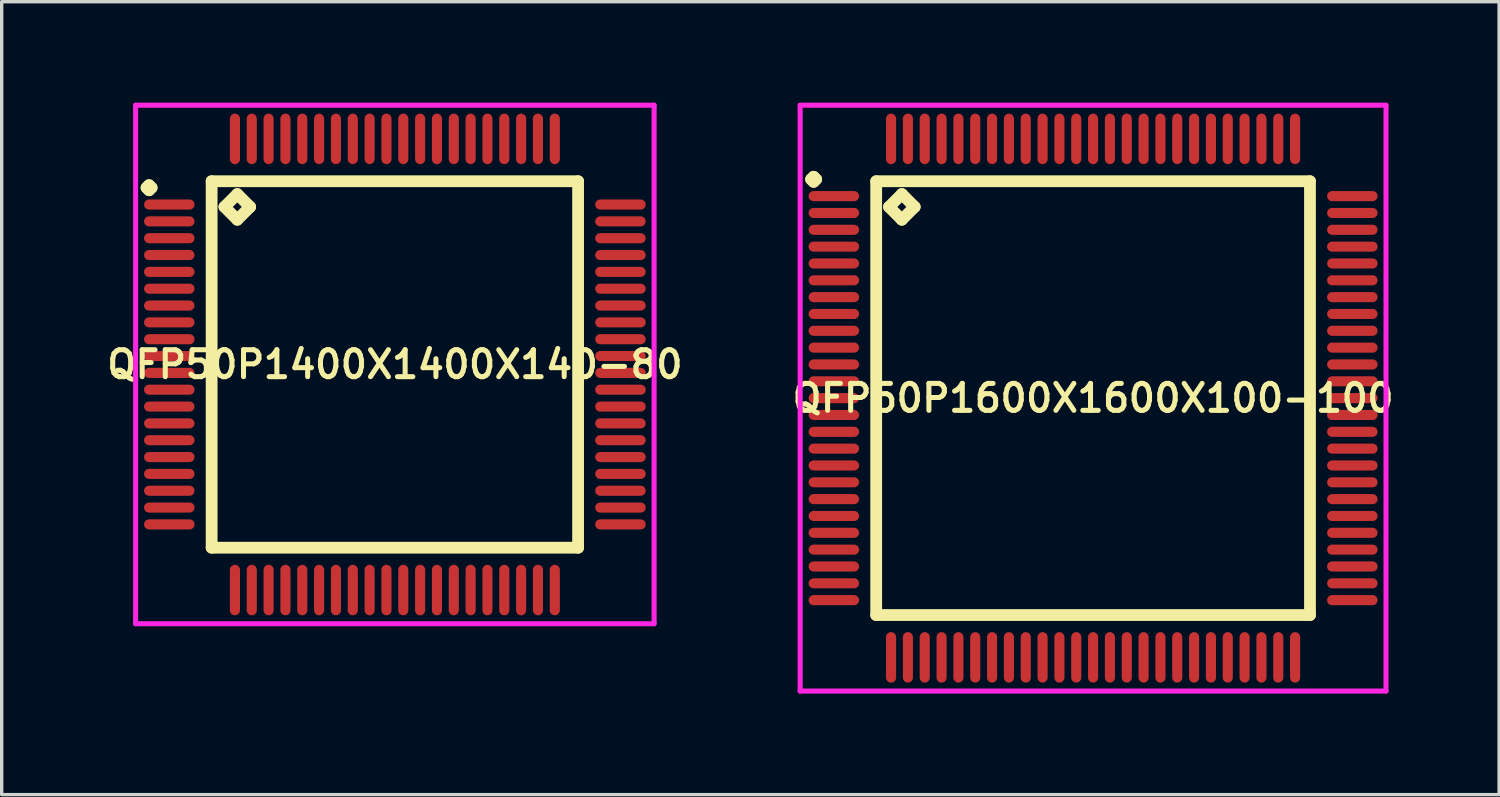
<source format=kicad_pcb>
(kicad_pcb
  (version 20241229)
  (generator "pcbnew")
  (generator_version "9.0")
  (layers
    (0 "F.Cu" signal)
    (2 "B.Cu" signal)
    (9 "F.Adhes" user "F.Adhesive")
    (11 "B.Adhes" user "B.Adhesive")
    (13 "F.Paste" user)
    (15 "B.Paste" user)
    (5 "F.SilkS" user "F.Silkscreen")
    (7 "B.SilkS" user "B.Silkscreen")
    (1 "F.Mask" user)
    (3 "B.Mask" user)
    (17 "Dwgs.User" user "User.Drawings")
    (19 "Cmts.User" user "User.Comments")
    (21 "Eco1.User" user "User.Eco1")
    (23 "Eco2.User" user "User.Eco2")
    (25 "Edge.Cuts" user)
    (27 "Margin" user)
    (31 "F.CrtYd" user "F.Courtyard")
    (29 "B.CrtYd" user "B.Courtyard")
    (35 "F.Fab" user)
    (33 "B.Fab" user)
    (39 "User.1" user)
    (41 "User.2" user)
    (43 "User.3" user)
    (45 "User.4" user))
  (footprint "QFP50P1600X1600X100-100"
    (layer "F.Cu")
    (at 29.416 8.775)
    (property "Reference" "QFP50P1600X1600X100-100" (at 0 0 0) (layer "F.SilkS") (effects (font (size 0.8 0.8) (thickness 0.15))))
    (attr smd)
    (fp_line (start -8.375 -6.5) (end -8.3 -6.575) (stroke (width 0.35) (type solid)) (layer "F.SilkS"))
    (fp_line (start -8.3 -6.575) (end -8.225 -6.5) (stroke (width 0.35) (type solid)) (layer "F.SilkS"))
    (fp_line (start -8.3 -6.425) (end -8.375 -6.5) (stroke (width 0.35) (type solid)) (layer "F.SilkS"))
    (fp_line (start -8.225 -6.5) (end -8.3 -6.425) (stroke (width 0.35) (type solid)) (layer "F.SilkS"))
    (fp_line (start -6.442 -6.442) (end -6.442 6.442) (stroke (width 0.35) (type solid)) (layer "F.SilkS"))
    (fp_line (start -6.442 6.442) (end 6.442 6.442) (stroke (width 0.35) (type solid)) (layer "F.SilkS"))
    (fp_line (start -6.061 -5.68) (end -5.68 -6.061) (stroke (width 0.35) (type solid)) (layer "F.SilkS"))
    (fp_line (start -5.68 -6.061) (end -5.299 -5.68) (stroke (width 0.35) (type solid)) (layer "F.SilkS"))
    (fp_line (start -5.68 -5.299) (end -6.061 -5.68) (stroke (width 0.35) (type solid)) (layer "F.SilkS"))
    (fp_line (start -5.299 -5.68) (end -5.68 -5.299) (stroke (width 0.35) (type solid)) (layer "F.SilkS"))
    (fp_line (start 6.442 -6.442) (end -6.442 -6.442) (stroke (width 0.35) (type solid)) (layer "F.SilkS"))
    (fp_line (start 6.442 6.442) (end 6.442 -6.442) (stroke (width 0.35) (type solid)) (layer "F.SilkS"))
    (fp_line (start -8.7 -8.7) (end 8.7 -8.7) (stroke (width 0.15) (type solid)) (layer "F.CrtYd"))
    (fp_line (start -8.7 8.7) (end -8.7 -8.7) (stroke (width 0.15) (type solid)) (layer "F.CrtYd"))
    (fp_line (start 8.7 -8.7) (end 8.7 8.7) (stroke (width 0.15) (type solid)) (layer "F.CrtYd"))
    (fp_line (start 8.7 8.7) (end -8.7 8.7) (stroke (width 0.15) (type solid)) (layer "F.CrtYd"))
    (pad "1" smd oval (at -7.7 -6) (size 1.5 0.3) (layers "F.Cu" "F.Mask" "F.Paste"))
    (pad "2" smd oval (at -7.7 -5.5) (size 1.5 0.3) (layers "F.Cu" "F.Mask" "F.Paste"))
    (pad "3" smd oval (at -7.7 -5) (size 1.5 0.3) (layers "F.Cu" "F.Mask" "F.Paste"))
    (pad "4" smd oval (at -7.7 -4.5) (size 1.5 0.3) (layers "F.Cu" "F.Mask" "F.Paste"))
    (pad "5" smd oval (at -7.7 -4) (size 1.5 0.3) (layers "F.Cu" "F.Mask" "F.Paste"))
    (pad "6" smd oval (at -7.7 -3.5) (size 1.5 0.3) (layers "F.Cu" "F.Mask" "F.Paste"))
    (pad "7" smd oval (at -7.7 -3) (size 1.5 0.3) (layers "F.Cu" "F.Mask" "F.Paste"))
    (pad "8" smd oval (at -7.7 -2.5) (size 1.5 0.3) (layers "F.Cu" "F.Mask" "F.Paste"))
    (pad "9" smd oval (at -7.7 -2) (size 1.5 0.3) (layers "F.Cu" "F.Mask" "F.Paste"))
    (pad "10" smd oval (at -7.7 -1.5) (size 1.5 0.3) (layers "F.Cu" "F.Mask" "F.Paste"))
    (pad "11" smd oval (at -7.7 -1) (size 1.5 0.3) (layers "F.Cu" "F.Mask" "F.Paste"))
    (pad "12" smd oval (at -7.7 -0.5) (size 1.5 0.3) (layers "F.Cu" "F.Mask" "F.Paste"))
    (pad "13" smd oval (at -7.7 0) (size 1.5 0.3) (layers "F.Cu" "F.Mask" "F.Paste"))
    (pad "14" smd oval (at -7.7 0.5) (size 1.5 0.3) (layers "F.Cu" "F.Mask" "F.Paste"))
    (pad "15" smd oval (at -7.7 1) (size 1.5 0.3) (layers "F.Cu" "F.Mask" "F.Paste"))
    (pad "16" smd oval (at -7.7 1.5) (size 1.5 0.3) (layers "F.Cu" "F.Mask" "F.Paste"))
    (pad "17" smd oval (at -7.7 2) (size 1.5 0.3) (layers "F.Cu" "F.Mask" "F.Paste"))
    (pad "18" smd oval (at -7.7 2.5) (size 1.5 0.3) (layers "F.Cu" "F.Mask" "F.Paste"))
    (pad "19" smd oval (at -7.7 3) (size 1.5 0.3) (layers "F.Cu" "F.Mask" "F.Paste"))
    (pad "20" smd oval (at -7.7 3.5) (size 1.5 0.3) (layers "F.Cu" "F.Mask" "F.Paste"))
    (pad "21" smd oval (at -7.7 4) (size 1.5 0.3) (layers "F.Cu" "F.Mask" "F.Paste"))
    (pad "22" smd oval (at -7.7 4.5) (size 1.5 0.3) (layers "F.Cu" "F.Mask" "F.Paste"))
    (pad "23" smd oval (at -7.7 5) (size 1.5 0.3) (layers "F.Cu" "F.Mask" "F.Paste"))
    (pad "24" smd oval (at -7.7 5.5) (size 1.5 0.3) (layers "F.Cu" "F.Mask" "F.Paste"))
    (pad "25" smd oval (at -7.7 6) (size 1.5 0.3) (layers "F.Cu" "F.Mask" "F.Paste"))
    (pad "26" smd oval (at -6 7.7) (size 0.3 1.5) (layers "F.Cu" "F.Mask" "F.Paste"))
    (pad "27" smd oval (at -5.5 7.7) (size 0.3 1.5) (layers "F.Cu" "F.Mask" "F.Paste"))
    (pad "28" smd oval (at -5 7.7) (size 0.3 1.5) (layers "F.Cu" "F.Mask" "F.Paste"))
    (pad "29" smd oval (at -4.5 7.7) (size 0.3 1.5) (layers "F.Cu" "F.Mask" "F.Paste"))
    (pad "30" smd oval (at -4 7.7) (size 0.3 1.5) (layers "F.Cu" "F.Mask" "F.Paste"))
    (pad "31" smd oval (at -3.5 7.7) (size 0.3 1.5) (layers "F.Cu" "F.Mask" "F.Paste"))
    (pad "32" smd oval (at -3 7.7) (size 0.3 1.5) (layers "F.Cu" "F.Mask" "F.Paste"))
    (pad "33" smd oval (at -2.5 7.7) (size 0.3 1.5) (layers "F.Cu" "F.Mask" "F.Paste"))
    (pad "34" smd oval (at -2 7.7) (size 0.3 1.5) (layers "F.Cu" "F.Mask" "F.Paste"))
    (pad "35" smd oval (at -1.5 7.7) (size 0.3 1.5) (layers "F.Cu" "F.Mask" "F.Paste"))
    (pad "36" smd oval (at -1 7.7) (size 0.3 1.5) (layers "F.Cu" "F.Mask" "F.Paste"))
    (pad "37" smd oval (at -0.5 7.7) (size 0.3 1.5) (layers "F.Cu" "F.Mask" "F.Paste"))
    (pad "38" smd oval (at 0 7.7) (size 0.3 1.5) (layers "F.Cu" "F.Mask" "F.Paste"))
    (pad "39" smd oval (at 0.5 7.7) (size 0.3 1.5) (layers "F.Cu" "F.Mask" "F.Paste"))
    (pad "40" smd oval (at 1 7.7) (size 0.3 1.5) (layers "F.Cu" "F.Mask" "F.Paste"))
    (pad "41" smd oval (at 1.5 7.7) (size 0.3 1.5) (layers "F.Cu" "F.Mask" "F.Paste"))
    (pad "42" smd oval (at 2 7.7) (size 0.3 1.5) (layers "F.Cu" "F.Mask" "F.Paste"))
    (pad "43" smd oval (at 2.5 7.7) (size 0.3 1.5) (layers "F.Cu" "F.Mask" "F.Paste"))
    (pad "44" smd oval (at 3 7.7) (size 0.3 1.5) (layers "F.Cu" "F.Mask" "F.Paste"))
    (pad "45" smd oval (at 3.5 7.7) (size 0.3 1.5) (layers "F.Cu" "F.Mask" "F.Paste"))
    (pad "46" smd oval (at 4 7.7) (size 0.3 1.5) (layers "F.Cu" "F.Mask" "F.Paste"))
    (pad "47" smd oval (at 4.5 7.7) (size 0.3 1.5) (layers "F.Cu" "F.Mask" "F.Paste"))
    (pad "48" smd oval (at 5 7.7) (size 0.3 1.5) (layers "F.Cu" "F.Mask" "F.Paste"))
    (pad "49" smd oval (at 5.5 7.7) (size 0.3 1.5) (layers "F.Cu" "F.Mask" "F.Paste"))
    (pad "50" smd oval (at 6 7.7) (size 0.3 1.5) (layers "F.Cu" "F.Mask" "F.Paste"))
    (pad "51" smd oval (at 7.7 6) (size 1.5 0.3) (layers "F.Cu" "F.Mask" "F.Paste"))
    (pad "52" smd oval (at 7.7 5.5) (size 1.5 0.3) (layers "F.Cu" "F.Mask" "F.Paste"))
    (pad "53" smd oval (at 7.7 5) (size 1.5 0.3) (layers "F.Cu" "F.Mask" "F.Paste"))
    (pad "54" smd oval (at 7.7 4.5) (size 1.5 0.3) (layers "F.Cu" "F.Mask" "F.Paste"))
    (pad "55" smd oval (at 7.7 4) (size 1.5 0.3) (layers "F.Cu" "F.Mask" "F.Paste"))
    (pad "56" smd oval (at 7.7 3.5) (size 1.5 0.3) (layers "F.Cu" "F.Mask" "F.Paste"))
    (pad "57" smd oval (at 7.7 3) (size 1.5 0.3) (layers "F.Cu" "F.Mask" "F.Paste"))
    (pad "58" smd oval (at 7.7 2.5) (size 1.5 0.3) (layers "F.Cu" "F.Mask" "F.Paste"))
    (pad "59" smd oval (at 7.7 2) (size 1.5 0.3) (layers "F.Cu" "F.Mask" "F.Paste"))
    (pad "60" smd oval (at 7.7 1.5) (size 1.5 0.3) (layers "F.Cu" "F.Mask" "F.Paste"))
    (pad "61" smd oval (at 7.7 1) (size 1.5 0.3) (layers "F.Cu" "F.Mask" "F.Paste"))
    (pad "62" smd oval (at 7.7 0.5) (size 1.5 0.3) (layers "F.Cu" "F.Mask" "F.Paste"))
    (pad "63" smd oval (at 7.7 0) (size 1.5 0.3) (layers "F.Cu" "F.Mask" "F.Paste"))
    (pad "64" smd oval (at 7.7 -0.5) (size 1.5 0.3) (layers "F.Cu" "F.Mask" "F.Paste"))
    (pad "65" smd oval (at 7.7 -1) (size 1.5 0.3) (layers "F.Cu" "F.Mask" "F.Paste"))
    (pad "66" smd oval (at 7.7 -1.5) (size 1.5 0.3) (layers "F.Cu" "F.Mask" "F.Paste"))
    (pad "67" smd oval (at 7.7 -2) (size 1.5 0.3) (layers "F.Cu" "F.Mask" "F.Paste"))
    (pad "68" smd oval (at 7.7 -2.5) (size 1.5 0.3) (layers "F.Cu" "F.Mask" "F.Paste"))
    (pad "69" smd oval (at 7.7 -3) (size 1.5 0.3) (layers "F.Cu" "F.Mask" "F.Paste"))
    (pad "70" smd oval (at 7.7 -3.5) (size 1.5 0.3) (layers "F.Cu" "F.Mask" "F.Paste"))
    (pad "71" smd oval (at 7.7 -4) (size 1.5 0.3) (layers "F.Cu" "F.Mask" "F.Paste"))
    (pad "72" smd oval (at 7.7 -4.5) (size 1.5 0.3) (layers "F.Cu" "F.Mask" "F.Paste"))
    (pad "73" smd oval (at 7.7 -5) (size 1.5 0.3) (layers "F.Cu" "F.Mask" "F.Paste"))
    (pad "74" smd oval (at 7.7 -5.5) (size 1.5 0.3) (layers "F.Cu" "F.Mask" "F.Paste"))
    (pad "75" smd oval (at 7.7 -6) (size 1.5 0.3) (layers "F.Cu" "F.Mask" "F.Paste"))
    (pad "76" smd oval (at 6 -7.7) (size 0.3 1.5) (layers "F.Cu" "F.Mask" "F.Paste"))
    (pad "77" smd oval (at 5.5 -7.7) (size 0.3 1.5) (layers "F.Cu" "F.Mask" "F.Paste"))
    (pad "78" smd oval (at 5 -7.7) (size 0.3 1.5) (layers "F.Cu" "F.Mask" "F.Paste"))
    (pad "79" smd oval (at 4.5 -7.7) (size 0.3 1.5) (layers "F.Cu" "F.Mask" "F.Paste"))
    (pad "80" smd oval (at 4 -7.7) (size 0.3 1.5) (layers "F.Cu" "F.Mask" "F.Paste"))
    (pad "81" smd oval (at 3.5 -7.7) (size 0.3 1.5) (layers "F.Cu" "F.Mask" "F.Paste"))
    (pad "82" smd oval (at 3 -7.7) (size 0.3 1.5) (layers "F.Cu" "F.Mask" "F.Paste"))
    (pad "83" smd oval (at 2.5 -7.7) (size 0.3 1.5) (layers "F.Cu" "F.Mask" "F.Paste"))
    (pad "84" smd oval (at 2 -7.7) (size 0.3 1.5) (layers "F.Cu" "F.Mask" "F.Paste"))
    (pad "85" smd oval (at 1.5 -7.7) (size 0.3 1.5) (layers "F.Cu" "F.Mask" "F.Paste"))
    (pad "86" smd oval (at 1 -7.7) (size 0.3 1.5) (layers "F.Cu" "F.Mask" "F.Paste"))
    (pad "87" smd oval (at 0.5 -7.7) (size 0.3 1.5) (layers "F.Cu" "F.Mask" "F.Paste"))
    (pad "88" smd oval (at 0 -7.7) (size 0.3 1.5) (layers "F.Cu" "F.Mask" "F.Paste"))
    (pad "89" smd oval (at -0.5 -7.7) (size 0.3 1.5) (layers "F.Cu" "F.Mask" "F.Paste"))
    (pad "90" smd oval (at -1 -7.7) (size 0.3 1.5) (layers "F.Cu" "F.Mask" "F.Paste"))
    (pad "91" smd oval (at -1.5 -7.7) (size 0.3 1.5) (layers "F.Cu" "F.Mask" "F.Paste"))
    (pad "92" smd oval (at -2 -7.7) (size 0.3 1.5) (layers "F.Cu" "F.Mask" "F.Paste"))
    (pad "93" smd oval (at -2.5 -7.7) (size 0.3 1.5) (layers "F.Cu" "F.Mask" "F.Paste"))
    (pad "94" smd oval (at -3 -7.7) (size 0.3 1.5) (layers "F.Cu" "F.Mask" "F.Paste"))
    (pad "95" smd oval (at -3.5 -7.7) (size 0.3 1.5) (layers "F.Cu" "F.Mask" "F.Paste"))
    (pad "96" smd oval (at -4 -7.7) (size 0.3 1.5) (layers "F.Cu" "F.Mask" "F.Paste"))
    (pad "97" smd oval (at -4.5 -7.7) (size 0.3 1.5) (layers "F.Cu" "F.Mask" "F.Paste"))
    (pad "98" smd oval (at -5 -7.7) (size 0.3 1.5) (layers "F.Cu" "F.Mask" "F.Paste"))
    (pad "99" smd oval (at -5.5 -7.7) (size 0.3 1.5) (layers "F.Cu" "F.Mask" "F.Paste"))
    (pad "100" smd oval (at -6 -7.7) (size 0.3 1.5) (layers "F.Cu" "F.Mask" "F.Paste")))
  (footprint "QFP50P1400X1400X140-80"
    (layer "F.Cu")
    (at 8.678 7.775)
    (property "Reference" "QFP50P1400X1400X140-80" (at 0 0 0) (layer "F.SilkS") (effects (font (size 0.8 0.8) (thickness 0.15))))
    (attr smd)
    (fp_line (start -7.375 -5.25) (end -7.3 -5.325) (stroke (width 0.35) (type solid)) (layer "F.SilkS"))
    (fp_line (start -7.3 -5.325) (end -7.225 -5.25) (stroke (width 0.35) (type solid)) (layer "F.SilkS"))
    (fp_line (start -7.3 -5.175) (end -7.375 -5.25) (stroke (width 0.35) (type solid)) (layer "F.SilkS"))
    (fp_line (start -7.225 -5.25) (end -7.3 -5.175) (stroke (width 0.35) (type solid)) (layer "F.SilkS"))
    (fp_line (start -5.442 -5.442) (end -5.442 5.442) (stroke (width 0.35) (type solid)) (layer "F.SilkS"))
    (fp_line (start -5.442 5.442) (end 5.442 5.442) (stroke (width 0.35) (type solid)) (layer "F.SilkS"))
    (fp_line (start -5.061 -4.68) (end -4.68 -5.061) (stroke (width 0.35) (type solid)) (layer "F.SilkS"))
    (fp_line (start -4.68 -5.061) (end -4.299 -4.68) (stroke (width 0.35) (type solid)) (layer "F.SilkS"))
    (fp_line (start -4.68 -4.299) (end -5.061 -4.68) (stroke (width 0.35) (type solid)) (layer "F.SilkS"))
    (fp_line (start -4.299 -4.68) (end -4.68 -4.299) (stroke (width 0.35) (type solid)) (layer "F.SilkS"))
    (fp_line (start 5.442 -5.442) (end -5.442 -5.442) (stroke (width 0.35) (type solid)) (layer "F.SilkS"))
    (fp_line (start 5.442 5.442) (end 5.442 -5.442) (stroke (width 0.35) (type solid)) (layer "F.SilkS"))
    (fp_line (start -7.7 -7.7) (end 7.7 -7.7) (stroke (width 0.15) (type solid)) (layer "F.CrtYd"))
    (fp_line (start -7.7 7.7) (end -7.7 -7.7) (stroke (width 0.15) (type solid)) (layer "F.CrtYd"))
    (fp_line (start 7.7 -7.7) (end 7.7 7.7) (stroke (width 0.15) (type solid)) (layer "F.CrtYd"))
    (fp_line (start 7.7 7.7) (end -7.7 7.7) (stroke (width 0.15) (type solid)) (layer "F.CrtYd"))
    (pad "1" smd oval (at -6.7 -4.75) (size 1.5 0.3) (layers "F.Cu" "F.Mask" "F.Paste"))
    (pad "2" smd oval (at -6.7 -4.25) (size 1.5 0.3) (layers "F.Cu" "F.Mask" "F.Paste"))
    (pad "3" smd oval (at -6.7 -3.75) (size 1.5 0.3) (layers "F.Cu" "F.Mask" "F.Paste"))
    (pad "4" smd oval (at -6.7 -3.25) (size 1.5 0.3) (layers "F.Cu" "F.Mask" "F.Paste"))
    (pad "5" smd oval (at -6.7 -2.75) (size 1.5 0.3) (layers "F.Cu" "F.Mask" "F.Paste"))
    (pad "6" smd oval (at -6.7 -2.25) (size 1.5 0.3) (layers "F.Cu" "F.Mask" "F.Paste"))
    (pad "7" smd oval (at -6.7 -1.75) (size 1.5 0.3) (layers "F.Cu" "F.Mask" "F.Paste"))
    (pad "8" smd oval (at -6.7 -1.25) (size 1.5 0.3) (layers "F.Cu" "F.Mask" "F.Paste"))
    (pad "9" smd oval (at -6.7 -0.75) (size 1.5 0.3) (layers "F.Cu" "F.Mask" "F.Paste"))
    (pad "10" smd oval (at -6.7 -0.25) (size 1.5 0.3) (layers "F.Cu" "F.Mask" "F.Paste"))
    (pad "11" smd oval (at -6.7 0.25) (size 1.5 0.3) (layers "F.Cu" "F.Mask" "F.Paste"))
    (pad "12" smd oval (at -6.7 0.75) (size 1.5 0.3) (layers "F.Cu" "F.Mask" "F.Paste"))
    (pad "13" smd oval (at -6.7 1.25) (size 1.5 0.3) (layers "F.Cu" "F.Mask" "F.Paste"))
    (pad "14" smd oval (at -6.7 1.75) (size 1.5 0.3) (layers "F.Cu" "F.Mask" "F.Paste"))
    (pad "15" smd oval (at -6.7 2.25) (size 1.5 0.3) (layers "F.Cu" "F.Mask" "F.Paste"))
    (pad "16" smd oval (at -6.7 2.75) (size 1.5 0.3) (layers "F.Cu" "F.Mask" "F.Paste"))
    (pad "17" smd oval (at -6.7 3.25) (size 1.5 0.3) (layers "F.Cu" "F.Mask" "F.Paste"))
    (pad "18" smd oval (at -6.7 3.75) (size 1.5 0.3) (layers "F.Cu" "F.Mask" "F.Paste"))
    (pad "19" smd oval (at -6.7 4.25) (size 1.5 0.3) (layers "F.Cu" "F.Mask" "F.Paste"))
    (pad "20" smd oval (at -6.7 4.75) (size 1.5 0.3) (layers "F.Cu" "F.Mask" "F.Paste"))
    (pad "21" smd oval (at -4.75 6.7) (size 0.3 1.5) (layers "F.Cu" "F.Mask" "F.Paste"))
    (pad "22" smd oval (at -4.25 6.7) (size 0.3 1.5) (layers "F.Cu" "F.Mask" "F.Paste"))
    (pad "23" smd oval (at -3.75 6.7) (size 0.3 1.5) (layers "F.Cu" "F.Mask" "F.Paste"))
    (pad "24" smd oval (at -3.25 6.7) (size 0.3 1.5) (layers "F.Cu" "F.Mask" "F.Paste"))
    (pad "25" smd oval (at -2.75 6.7) (size 0.3 1.5) (layers "F.Cu" "F.Mask" "F.Paste"))
    (pad "26" smd oval (at -2.25 6.7) (size 0.3 1.5) (layers "F.Cu" "F.Mask" "F.Paste"))
    (pad "27" smd oval (at -1.75 6.7) (size 0.3 1.5) (layers "F.Cu" "F.Mask" "F.Paste"))
    (pad "28" smd oval (at -1.25 6.7) (size 0.3 1.5) (layers "F.Cu" "F.Mask" "F.Paste"))
    (pad "29" smd oval (at -0.75 6.7) (size 0.3 1.5) (layers "F.Cu" "F.Mask" "F.Paste"))
    (pad "30" smd oval (at -0.25 6.7) (size 0.3 1.5) (layers "F.Cu" "F.Mask" "F.Paste"))
    (pad "31" smd oval (at 0.25 6.7) (size 0.3 1.5) (layers "F.Cu" "F.Mask" "F.Paste"))
    (pad "32" smd oval (at 0.75 6.7) (size 0.3 1.5) (layers "F.Cu" "F.Mask" "F.Paste"))
    (pad "33" smd oval (at 1.25 6.7) (size 0.3 1.5) (layers "F.Cu" "F.Mask" "F.Paste"))
    (pad "34" smd oval (at 1.75 6.7) (size 0.3 1.5) (layers "F.Cu" "F.Mask" "F.Paste"))
    (pad "35" smd oval (at 2.25 6.7) (size 0.3 1.5) (layers "F.Cu" "F.Mask" "F.Paste"))
    (pad "36" smd oval (at 2.75 6.7) (size 0.3 1.5) (layers "F.Cu" "F.Mask" "F.Paste"))
    (pad "37" smd oval (at 3.25 6.7) (size 0.3 1.5) (layers "F.Cu" "F.Mask" "F.Paste"))
    (pad "38" smd oval (at 3.75 6.7) (size 0.3 1.5) (layers "F.Cu" "F.Mask" "F.Paste"))
    (pad "39" smd oval (at 4.25 6.7) (size 0.3 1.5) (layers "F.Cu" "F.Mask" "F.Paste"))
    (pad "40" smd oval (at 4.75 6.7) (size 0.3 1.5) (layers "F.Cu" "F.Mask" "F.Paste"))
    (pad "41" smd oval (at 6.7 4.75) (size 1.5 0.3) (layers "F.Cu" "F.Mask" "F.Paste"))
    (pad "42" smd oval (at 6.7 4.25) (size 1.5 0.3) (layers "F.Cu" "F.Mask" "F.Paste"))
    (pad "43" smd oval (at 6.7 3.75) (size 1.5 0.3) (layers "F.Cu" "F.Mask" "F.Paste"))
    (pad "44" smd oval (at 6.7 3.25) (size 1.5 0.3) (layers "F.Cu" "F.Mask" "F.Paste"))
    (pad "45" smd oval (at 6.7 2.75) (size 1.5 0.3) (layers "F.Cu" "F.Mask" "F.Paste"))
    (pad "46" smd oval (at 6.7 2.25) (size 1.5 0.3) (layers "F.Cu" "F.Mask" "F.Paste"))
    (pad "47" smd oval (at 6.7 1.75) (size 1.5 0.3) (layers "F.Cu" "F.Mask" "F.Paste"))
    (pad "48" smd oval (at 6.7 1.25) (size 1.5 0.3) (layers "F.Cu" "F.Mask" "F.Paste"))
    (pad "49" smd oval (at 6.7 0.75) (size 1.5 0.3) (layers "F.Cu" "F.Mask" "F.Paste"))
    (pad "50" smd oval (at 6.7 0.25) (size 1.5 0.3) (layers "F.Cu" "F.Mask" "F.Paste"))
    (pad "51" smd oval (at 6.7 -0.25) (size 1.5 0.3) (layers "F.Cu" "F.Mask" "F.Paste"))
    (pad "52" smd oval (at 6.7 -0.75) (size 1.5 0.3) (layers "F.Cu" "F.Mask" "F.Paste"))
    (pad "53" smd oval (at 6.7 -1.25) (size 1.5 0.3) (layers "F.Cu" "F.Mask" "F.Paste"))
    (pad "54" smd oval (at 6.7 -1.75) (size 1.5 0.3) (layers "F.Cu" "F.Mask" "F.Paste"))
    (pad "55" smd oval (at 6.7 -2.25) (size 1.5 0.3) (layers "F.Cu" "F.Mask" "F.Paste"))
    (pad "56" smd oval (at 6.7 -2.75) (size 1.5 0.3) (layers "F.Cu" "F.Mask" "F.Paste"))
    (pad "57" smd oval (at 6.7 -3.25) (size 1.5 0.3) (layers "F.Cu" "F.Mask" "F.Paste"))
    (pad "58" smd oval (at 6.7 -3.75) (size 1.5 0.3) (layers "F.Cu" "F.Mask" "F.Paste"))
    (pad "59" smd oval (at 6.7 -4.25) (size 1.5 0.3) (layers "F.Cu" "F.Mask" "F.Paste"))
    (pad "60" smd oval (at 6.7 -4.75) (size 1.5 0.3) (layers "F.Cu" "F.Mask" "F.Paste"))
    (pad "61" smd oval (at 4.75 -6.7) (size 0.3 1.5) (layers "F.Cu" "F.Mask" "F.Paste"))
    (pad "62" smd oval (at 4.25 -6.7) (size 0.3 1.5) (layers "F.Cu" "F.Mask" "F.Paste"))
    (pad "63" smd oval (at 3.75 -6.7) (size 0.3 1.5) (layers "F.Cu" "F.Mask" "F.Paste"))
    (pad "64" smd oval (at 3.25 -6.7) (size 0.3 1.5) (layers "F.Cu" "F.Mask" "F.Paste"))
    (pad "65" smd oval (at 2.75 -6.7) (size 0.3 1.5) (layers "F.Cu" "F.Mask" "F.Paste"))
    (pad "66" smd oval (at 2.25 -6.7) (size 0.3 1.5) (layers "F.Cu" "F.Mask" "F.Paste"))
    (pad "67" smd oval (at 1.75 -6.7) (size 0.3 1.5) (layers "F.Cu" "F.Mask" "F.Paste"))
    (pad "68" smd oval (at 1.25 -6.7) (size 0.3 1.5) (layers "F.Cu" "F.Mask" "F.Paste"))
    (pad "69" smd oval (at 0.75 -6.7) (size 0.3 1.5) (layers "F.Cu" "F.Mask" "F.Paste"))
    (pad "70" smd oval (at 0.25 -6.7) (size 0.3 1.5) (layers "F.Cu" "F.Mask" "F.Paste"))
    (pad "71" smd oval (at -0.25 -6.7) (size 0.3 1.5) (layers "F.Cu" "F.Mask" "F.Paste"))
    (pad "72" smd oval (at -0.75 -6.7) (size 0.3 1.5) (layers "F.Cu" "F.Mask" "F.Paste"))
    (pad "73" smd oval (at -1.25 -6.7) (size 0.3 1.5) (layers "F.Cu" "F.Mask" "F.Paste"))
    (pad "74" smd oval (at -1.75 -6.7) (size 0.3 1.5) (layers "F.Cu" "F.Mask" "F.Paste"))
    (pad "75" smd oval (at -2.25 -6.7) (size 0.3 1.5) (layers "F.Cu" "F.Mask" "F.Paste"))
    (pad "76" smd oval (at -2.75 -6.7) (size 0.3 1.5) (layers "F.Cu" "F.Mask" "F.Paste"))
    (pad "77" smd oval (at -3.25 -6.7) (size 0.3 1.5) (layers "F.Cu" "F.Mask" "F.Paste"))
    (pad "78" smd oval (at -3.75 -6.7) (size 0.3 1.5) (layers "F.Cu" "F.Mask" "F.Paste"))
    (pad "79" smd oval (at -4.25 -6.7) (size 0.3 1.5) (layers "F.Cu" "F.Mask" "F.Paste"))
    (pad "80" smd oval (at -4.75 -6.7) (size 0.3 1.5) (layers "F.Cu" "F.Mask" "F.Paste")))
  (gr_rect
    (start -3 -3)
    (end 41.475 20.55)
    (stroke (width 0.1) (type default))
    (fill no)
    (layer "Edge.Cuts")))
</source>
